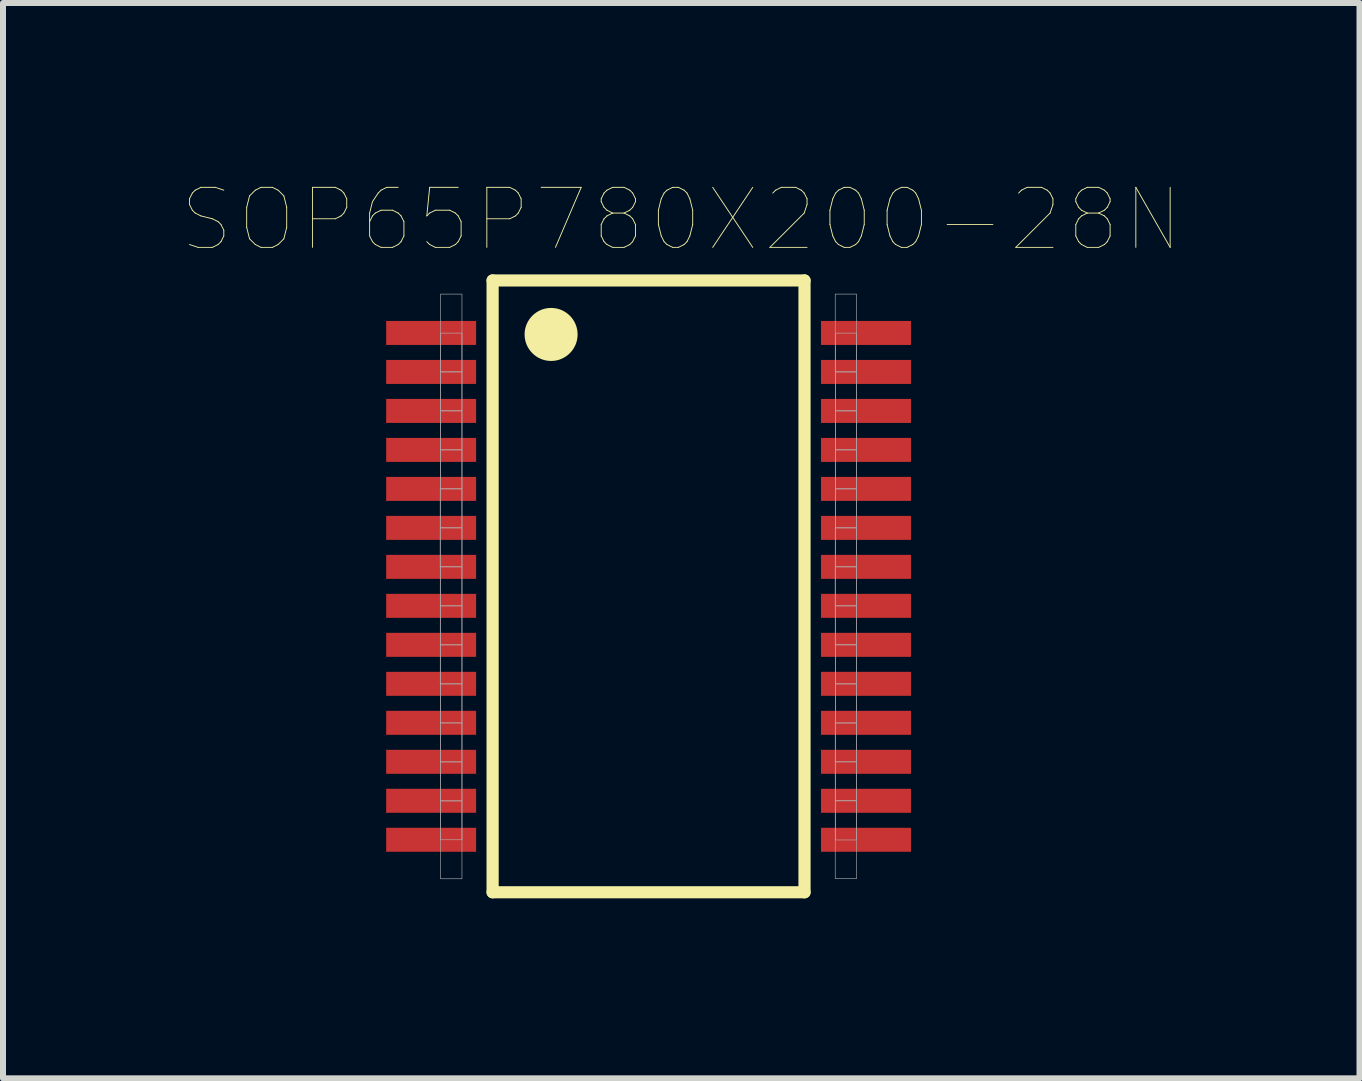
<source format=kicad_pcb>
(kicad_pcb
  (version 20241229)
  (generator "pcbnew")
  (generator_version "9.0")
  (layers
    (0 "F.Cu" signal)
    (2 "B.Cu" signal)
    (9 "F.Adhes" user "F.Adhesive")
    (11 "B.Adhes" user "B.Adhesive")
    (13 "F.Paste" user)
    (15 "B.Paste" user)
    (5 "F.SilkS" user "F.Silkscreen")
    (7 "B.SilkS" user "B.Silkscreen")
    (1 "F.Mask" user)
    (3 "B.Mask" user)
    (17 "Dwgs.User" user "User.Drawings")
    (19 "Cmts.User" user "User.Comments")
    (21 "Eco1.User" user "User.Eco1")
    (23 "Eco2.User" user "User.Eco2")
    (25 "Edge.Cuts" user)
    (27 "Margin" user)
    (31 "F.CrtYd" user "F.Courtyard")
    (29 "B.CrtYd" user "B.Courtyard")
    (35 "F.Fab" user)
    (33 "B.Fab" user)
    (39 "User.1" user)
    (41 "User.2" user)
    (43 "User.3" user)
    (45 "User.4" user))
  (footprint "SOP65P780X200-28N"
    (layer "F.Cu")
    (at 7.763 6.726)
    (property "Reference" "SOP65P780X200-28N" (at 0.545 -6.114 0) (layer "F.SilkS") (effects (font (size 1.001 1.001) (thickness 0.015))))
    (attr through_hole)
    (fp_line (start -2.6 -5.1) (end -2.6 5.1) (stroke (width 0.203) (type solid)) (layer "F.SilkS"))
    (fp_line (start -2.6 5.1) (end 2.6 5.1) (stroke (width 0.203) (type solid)) (layer "F.SilkS"))
    (fp_line (start 2.6 -5.1) (end -2.6 -5.1) (stroke (width 0.203) (type solid)) (layer "F.SilkS"))
    (fp_line (start 2.6 5.1) (end 2.6 -5.1) (stroke (width 0.203) (type solid)) (layer "F.SilkS"))
    (fp_circle (center -1.625 -4.2) (end -1.183 -4.2) (stroke (width 0) (type solid)) (fill yes) (layer "F.SilkS"))
    (fp_poly (pts (xy -3.474 -1.623) (xy -3.111 -1.623) (xy -3.111 -0.328) (xy -3.474 -0.328)) (stroke (width 0.01) (type solid)) (fill no) (layer "F.Fab"))
    (fp_poly (pts (xy -3.473 -0.973) (xy -3.111 -0.973) (xy -3.111 0.323) (xy -3.473 0.323)) (stroke (width 0.01) (type solid)) (fill no) (layer "F.Fab"))
    (fp_poly (pts (xy -3.473 0.327) (xy -3.111 0.327) (xy -3.111 1.625) (xy -3.473 1.625)) (stroke (width 0.01) (type solid)) (fill no) (layer "F.Fab"))
    (fp_poly (pts (xy -3.472 0.977) (xy -3.111 0.977) (xy -3.111 2.276) (xy -3.472 2.276)) (stroke (width 0.01) (type solid)) (fill no) (layer "F.Fab"))
    (fp_poly (pts (xy -3.472 1.627) (xy -3.111 1.627) (xy -3.111 2.927) (xy -3.472 2.927)) (stroke (width 0.01) (type solid)) (fill no) (layer "F.Fab"))
    (fp_poly (pts (xy -3.472 2.277) (xy -3.111 2.277) (xy -3.111 3.577) (xy -3.472 3.577)) (stroke (width 0.01) (type solid)) (fill no) (layer "F.Fab"))
    (fp_poly (pts (xy -3.471 -0.323) (xy -3.111 -0.323) (xy -3.111 0.974) (xy -3.471 0.974)) (stroke (width 0.01) (type solid)) (fill no) (layer "F.Fab"))
    (fp_poly (pts (xy -3.469 -4.223) (xy -3.111 -4.223) (xy -3.111 -2.929) (xy -3.469 -2.929)) (stroke (width 0.01) (type solid)) (fill no) (layer "F.Fab"))
    (fp_poly (pts (xy -3.469 2.927) (xy -3.111 2.927) (xy -3.111 4.225) (xy -3.469 4.225)) (stroke (width 0.01) (type solid)) (fill no) (layer "F.Fab"))
    (fp_poly (pts (xy -3.469 3.577) (xy -3.111 3.577) (xy -3.111 4.875) (xy -3.469 4.875)) (stroke (width 0.01) (type solid)) (fill no) (layer "F.Fab"))
    (fp_poly (pts (xy -3.468 -2.923) (xy -3.111 -2.923) (xy -3.111 -1.628) (xy -3.468 -1.628)) (stroke (width 0.01) (type solid)) (fill no) (layer "F.Fab"))
    (fp_poly (pts (xy -3.468 -3.573) (xy -3.111 -3.573) (xy -3.111 -2.278) (xy -3.468 -2.278)) (stroke (width 0.01) (type solid)) (fill no) (layer "F.Fab"))
    (fp_poly (pts (xy -3.468 -2.273) (xy -3.111 -2.273) (xy -3.111 -0.978) (xy -3.468 -0.978)) (stroke (width 0.01) (type solid)) (fill no) (layer "F.Fab"))
    (fp_poly (pts (xy -3.468 -4.873) (xy -3.111 -4.873) (xy -3.111 -3.578) (xy -3.468 -3.578)) (stroke (width 0.01) (type solid)) (fill no) (layer "F.Fab"))
    (fp_poly (pts (xy 3.112 2.277) (xy 3.467 2.277) (xy 3.467 3.573) (xy 3.112 3.573)) (stroke (width 0.01) (type solid)) (fill no) (layer "F.Fab"))
    (fp_poly (pts (xy 3.112 -0.973) (xy 3.467 -0.973) (xy 3.467 0.323) (xy 3.112 0.323)) (stroke (width 0.01) (type solid)) (fill no) (layer "F.Fab"))
    (fp_poly (pts (xy 3.112 -0.323) (xy 3.467 -0.323) (xy 3.467 0.973) (xy 3.112 0.973)) (stroke (width 0.01) (type solid)) (fill no) (layer "F.Fab"))
    (fp_poly (pts (xy 3.112 3.577) (xy 3.467 3.577) (xy 3.467 4.874) (xy 3.112 4.874)) (stroke (width 0.01) (type solid)) (fill no) (layer "F.Fab"))
    (fp_poly (pts (xy 3.112 -4.873) (xy 3.467 -4.873) (xy 3.467 -3.578) (xy 3.112 -3.578)) (stroke (width 0.01) (type solid)) (fill no) (layer "F.Fab"))
    (fp_poly (pts (xy 3.113 -2.273) (xy 3.467 -2.273) (xy 3.467 -0.978) (xy 3.113 -0.978)) (stroke (width 0.01) (type solid)) (fill no) (layer "F.Fab"))
    (fp_poly (pts (xy 3.114 1.627) (xy 3.467 1.627) (xy 3.467 2.925) (xy 3.114 2.925)) (stroke (width 0.01) (type solid)) (fill no) (layer "F.Fab"))
    (fp_poly (pts (xy 3.115 2.927) (xy 3.467 2.927) (xy 3.467 4.228) (xy 3.115 4.228)) (stroke (width 0.01) (type solid)) (fill no) (layer "F.Fab"))
    (fp_poly (pts (xy 3.116 -3.573) (xy 3.467 -3.573) (xy 3.467 -2.28) (xy 3.116 -2.28)) (stroke (width 0.01) (type solid)) (fill no) (layer "F.Fab"))
    (fp_poly (pts (xy 3.116 0.327) (xy 3.467 0.327) (xy 3.467 1.625) (xy 3.116 1.625)) (stroke (width 0.01) (type solid)) (fill no) (layer "F.Fab"))
    (fp_poly (pts (xy 3.116 -4.223) (xy 3.467 -4.223) (xy 3.467 -2.931) (xy 3.116 -2.931)) (stroke (width 0.01) (type solid)) (fill no) (layer "F.Fab"))
    (fp_poly (pts (xy 3.116 -2.923) (xy 3.467 -2.923) (xy 3.467 -1.63) (xy 3.116 -1.63)) (stroke (width 0.01) (type solid)) (fill no) (layer "F.Fab"))
    (fp_poly (pts (xy 3.116 -1.623) (xy 3.467 -1.623) (xy 3.467 -0.328) (xy 3.116 -0.328)) (stroke (width 0.01) (type solid)) (fill no) (layer "F.Fab"))
    (fp_poly (pts (xy 3.117 0.977) (xy 3.467 0.977) (xy 3.467 2.277) (xy 3.117 2.277)) (stroke (width 0.01) (type solid)) (fill no) (layer "F.Fab"))
    (pad "1" smd rect (at -3.625 -4.225) (size 1.5 0.4) (layers "F.Cu" "F.Mask" "F.Paste"))
    (pad "2" smd rect (at -3.625 -3.575) (size 1.5 0.4) (layers "F.Cu" "F.Mask" "F.Paste"))
    (pad "3" smd rect (at -3.625 -2.925) (size 1.5 0.4) (layers "F.Cu" "F.Mask" "F.Paste"))
    (pad "4" smd rect (at -3.625 -2.275) (size 1.5 0.4) (layers "F.Cu" "F.Mask" "F.Paste"))
    (pad "5" smd rect (at -3.625 -1.625) (size 1.5 0.4) (layers "F.Cu" "F.Mask" "F.Paste"))
    (pad "6" smd rect (at -3.625 -0.975) (size 1.5 0.4) (layers "F.Cu" "F.Mask" "F.Paste"))
    (pad "7" smd rect (at -3.625 -0.325) (size 1.5 0.4) (layers "F.Cu" "F.Mask" "F.Paste"))
    (pad "8" smd rect (at -3.625 0.325) (size 1.5 0.4) (layers "F.Cu" "F.Mask" "F.Paste"))
    (pad "9" smd rect (at -3.625 0.975) (size 1.5 0.4) (layers "F.Cu" "F.Mask" "F.Paste"))
    (pad "10" smd rect (at -3.625 1.625) (size 1.5 0.4) (layers "F.Cu" "F.Mask" "F.Paste"))
    (pad "11" smd rect (at -3.625 2.275) (size 1.5 0.4) (layers "F.Cu" "F.Mask" "F.Paste"))
    (pad "12" smd rect (at -3.625 2.925) (size 1.5 0.4) (layers "F.Cu" "F.Mask" "F.Paste"))
    (pad "13" smd rect (at -3.625 3.575) (size 1.5 0.4) (layers "F.Cu" "F.Mask" "F.Paste"))
    (pad "14" smd rect (at -3.625 4.225) (size 1.5 0.4) (layers "F.Cu" "F.Mask" "F.Paste"))
    (pad "15" smd rect (at 3.625 4.225) (size 1.5 0.4) (layers "F.Cu" "F.Mask" "F.Paste"))
    (pad "16" smd rect (at 3.625 3.575) (size 1.5 0.4) (layers "F.Cu" "F.Mask" "F.Paste"))
    (pad "17" smd rect (at 3.625 2.925) (size 1.5 0.4) (layers "F.Cu" "F.Mask" "F.Paste"))
    (pad "18" smd rect (at 3.625 2.275) (size 1.5 0.4) (layers "F.Cu" "F.Mask" "F.Paste"))
    (pad "19" smd rect (at 3.625 1.625) (size 1.5 0.4) (layers "F.Cu" "F.Mask" "F.Paste"))
    (pad "20" smd rect (at 3.625 0.975) (size 1.5 0.4) (layers "F.Cu" "F.Mask" "F.Paste"))
    (pad "21" smd rect (at 3.625 0.325) (size 1.5 0.4) (layers "F.Cu" "F.Mask" "F.Paste"))
    (pad "22" smd rect (at 3.625 -0.325) (size 1.5 0.4) (layers "F.Cu" "F.Mask" "F.Paste"))
    (pad "23" smd rect (at 3.625 -0.975) (size 1.5 0.4) (layers "F.Cu" "F.Mask" "F.Paste"))
    (pad "24" smd rect (at 3.625 -1.625) (size 1.5 0.4) (layers "F.Cu" "F.Mask" "F.Paste"))
    (pad "25" smd rect (at 3.625 -2.275) (size 1.5 0.4) (layers "F.Cu" "F.Mask" "F.Paste"))
    (pad "26" smd rect (at 3.625 -2.925) (size 1.5 0.4) (layers "F.Cu" "F.Mask" "F.Paste"))
    (pad "27" smd rect (at 3.625 -3.575) (size 1.5 0.4) (layers "F.Cu" "F.Mask" "F.Paste"))
    (pad "28" smd rect (at 3.625 -4.225) (size 1.5 0.4) (layers "F.Cu" "F.Mask" "F.Paste")))
  (gr_rect
    (start -3 -3)
    (end 19.616 14.928)
    (stroke (width 0.1) (type default))
    (fill no)
    (layer "Edge.Cuts")))
</source>
